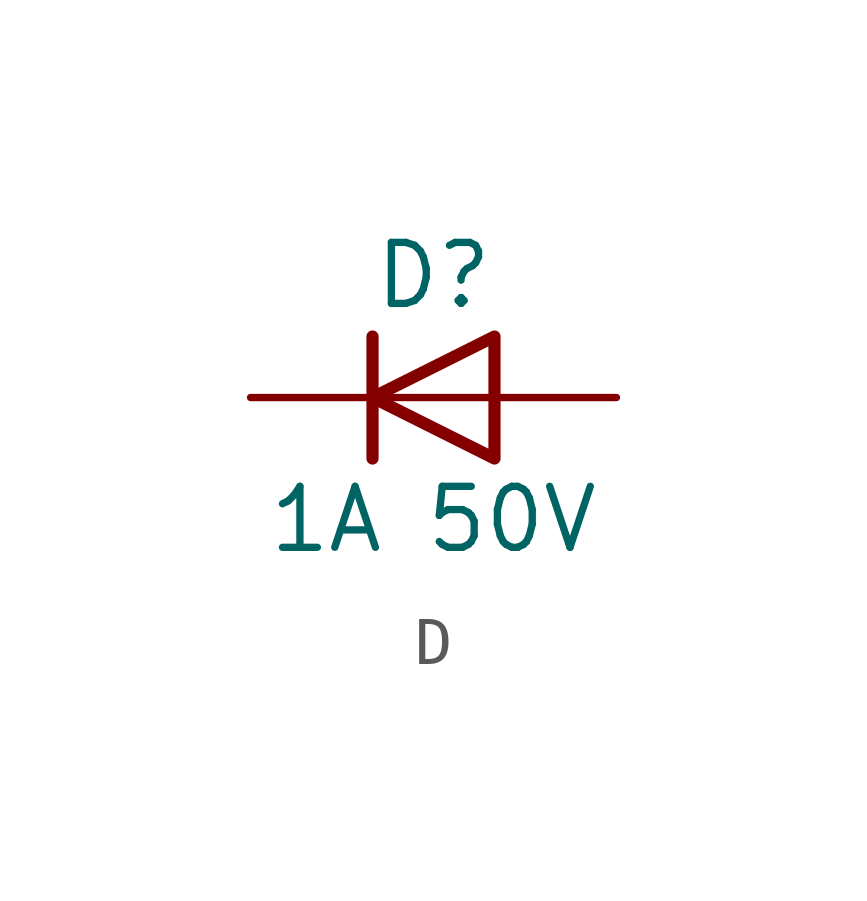
<source format=kicad_sym>
(kicad_symbol_lib
  (version 20231120)
  (generator "kicad_symbol_editor")
  (generator_version "8.0")
  (symbol "D"
    (pin_numbers hide)
    (pin_names
      (offset 1.016) hide)
    (property "Reference" "D"
      (at 0 2.54 0)
      (effects (font (size 1.27 1.27))))
    (property "Value" "1A 50V"
      (at 0 -2.54 0)
      (effects (font (size 1.27 1.27))))
    (symbol "D_0_1"
      (polyline (pts (xy -1.27 1.27) (xy -1.27 -1.27)) (stroke (width 0.254) (type default)) (fill (type none)))
      (polyline (pts (xy 1.27 0) (xy -1.27 0)) (stroke (width 0) (type default)) (fill (type none)))
      (polyline (pts (xy 1.27 1.27) (xy 1.27 -1.27) (xy -1.27 0) (xy 1.27 1.27)) (stroke (width 0.254) (type default)) (fill (type none))))
    (symbol "D_1_1"
      (pin passive line (at -3.81 0 0) (length 2.54) (name "K" (effects (font (size 1.27 1.27)))) (number "1" (effects (font (size 1.27 1.27)))))
      (pin passive line (at 3.81 0 180) (length 2.54) (name "A" (effects (font (size 1.27 1.27)))) (number "2" (effects (font (size 1.27 1.27))))))))
</source>
